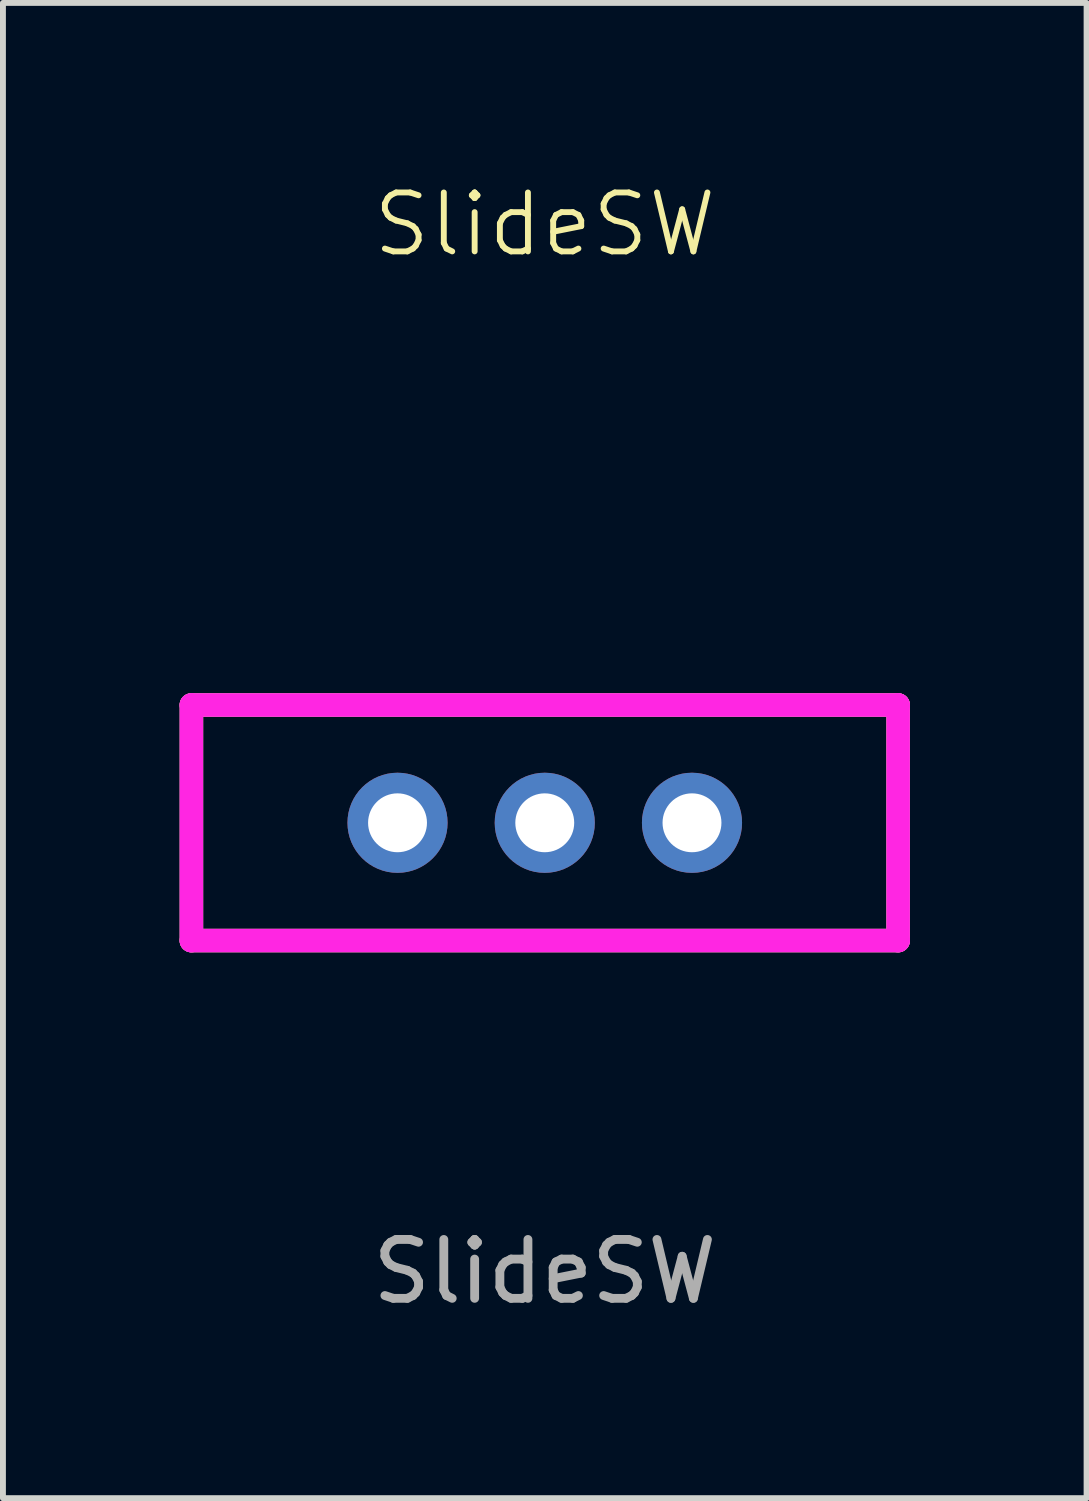
<source format=kicad_pcb>
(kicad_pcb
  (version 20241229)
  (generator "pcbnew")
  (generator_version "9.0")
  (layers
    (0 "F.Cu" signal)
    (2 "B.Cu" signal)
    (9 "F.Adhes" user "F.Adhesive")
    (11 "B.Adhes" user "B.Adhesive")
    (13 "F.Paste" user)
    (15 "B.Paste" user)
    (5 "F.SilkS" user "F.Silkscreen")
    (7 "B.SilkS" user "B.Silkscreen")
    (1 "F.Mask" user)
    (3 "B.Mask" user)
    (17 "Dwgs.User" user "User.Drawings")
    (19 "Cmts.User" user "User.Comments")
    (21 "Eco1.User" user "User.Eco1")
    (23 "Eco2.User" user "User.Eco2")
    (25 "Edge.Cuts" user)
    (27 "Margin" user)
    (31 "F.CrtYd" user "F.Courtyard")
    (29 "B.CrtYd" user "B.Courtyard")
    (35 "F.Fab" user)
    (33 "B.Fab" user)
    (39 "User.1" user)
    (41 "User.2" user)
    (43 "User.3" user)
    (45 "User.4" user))
  (footprint "SlideSW"
    (layer "F.Cu")
    (at 6.2 10.921)
    (property "Reference" "SlideSW" (at 0 -10.16 0) (unlocked yes) (layer "F.SilkS") (effects (font (size 1 1) (thickness 0.1))))
    (attr through_hole)
    (fp_line (start -6 -2) (end -6 2) (stroke (width 0.4) (type default)) (layer "F.SilkS"))
    (fp_line (start -6 2) (end 6 2) (stroke (width 0.4) (type default)) (layer "F.SilkS"))
    (fp_line (start 6 -2) (end -6 -2) (stroke (width 0.4) (type default)) (layer "F.SilkS"))
    (fp_line (start 6 2) (end 6 -2) (stroke (width 0.4) (type default)) (layer "F.SilkS"))
    (fp_line (start -6 -2) (end -6 2) (stroke (width 0.4) (type default)) (layer "F.CrtYd"))
    (fp_line (start -6 2) (end 6 2) (stroke (width 0.4) (type default)) (layer "F.CrtYd"))
    (fp_line (start 6 -2) (end -6 -2) (stroke (width 0.4) (type default)) (layer "F.CrtYd"))
    (fp_line (start 6 2) (end 6 -2) (stroke (width 0.4) (type default)) (layer "F.CrtYd"))
    (fp_text user "${REFERENCE}" (at 0 7.62 0) (unlocked yes) (layer "F.Fab") (effects (font (size 1 1) (thickness 0.15))))
    (pad "1" thru_hole circle (at -2.5 0) (size 1.7 1.7) (drill 1) (layers "*.Cu" "*.Mask"))
    (pad "2" thru_hole circle (at 0 0) (size 1.7 1.7) (drill 1) (layers "*.Cu" "*.Mask"))
    (pad "3" thru_hole circle (at 2.5 0) (size 1.7 1.7) (drill 1) (layers "*.Cu" "*.Mask")))
  (gr_rect
    (start -3 -3)
    (end 15.4 22.389)
    (stroke (width 0.1) (type default))
    (fill no)
    (layer "Edge.Cuts")))
</source>
